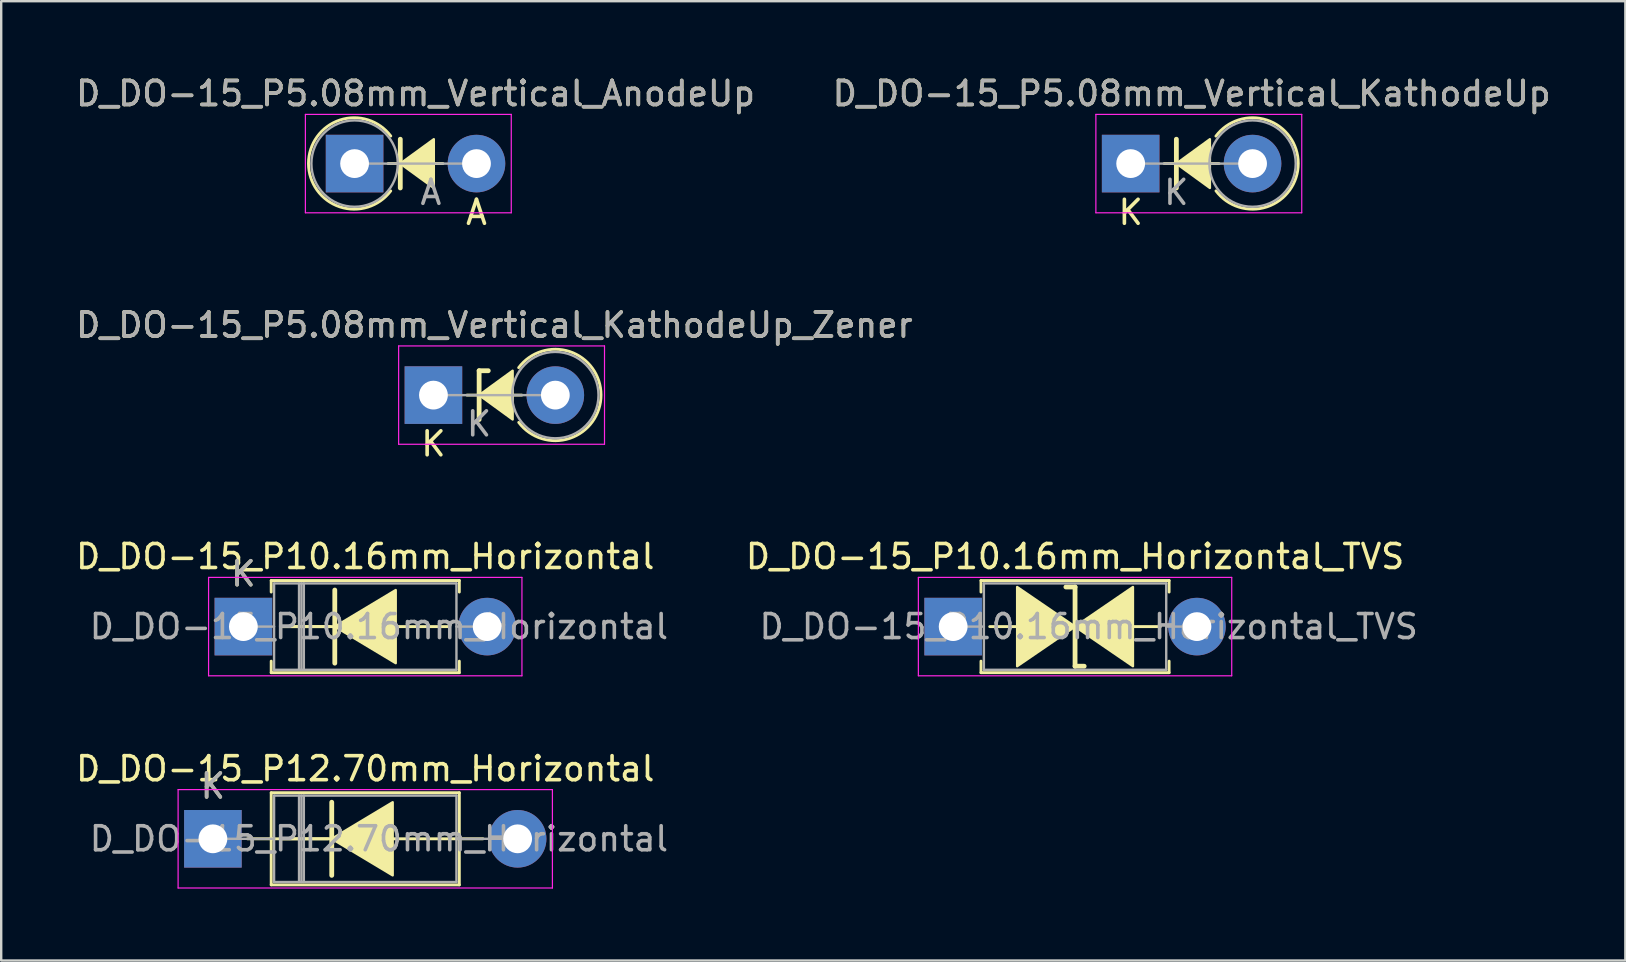
<source format=kicad_pcb>
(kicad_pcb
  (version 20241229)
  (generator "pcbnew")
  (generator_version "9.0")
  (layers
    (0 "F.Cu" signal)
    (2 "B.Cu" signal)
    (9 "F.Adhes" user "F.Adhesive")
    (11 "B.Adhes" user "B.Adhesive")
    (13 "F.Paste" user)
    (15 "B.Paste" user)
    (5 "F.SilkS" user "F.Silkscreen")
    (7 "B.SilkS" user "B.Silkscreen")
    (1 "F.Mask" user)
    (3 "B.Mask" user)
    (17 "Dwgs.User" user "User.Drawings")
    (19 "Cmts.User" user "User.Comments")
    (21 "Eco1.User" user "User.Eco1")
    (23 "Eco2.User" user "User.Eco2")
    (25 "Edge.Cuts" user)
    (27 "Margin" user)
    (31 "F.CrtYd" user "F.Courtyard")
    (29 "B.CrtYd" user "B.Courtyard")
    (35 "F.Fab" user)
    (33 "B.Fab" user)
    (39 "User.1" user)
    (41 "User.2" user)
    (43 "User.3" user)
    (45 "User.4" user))
  (footprint "D_DO-15_P5.08mm_Vertical_KathodeUp_Zener"
    (layer "F.Cu")
    (at 15.014 13.417)
    (property "Reference" "D_DO-15_P5.08mm_Vertical_KathodeUp_Zener" (at 2.54 -2.92 0) (layer "F.SilkS") (effects (font (size 1 1) (thickness 0.15))))
    (attr through_hole)
    (fp_line (start 1.397 0) (end 2.413 0) (stroke (width 0.12) (type solid)) (layer "F.SilkS"))
    (fp_line (start 1.905 -1.016) (end 1.905 1.016) (stroke (width 0.2) (type solid)) (layer "F.SilkS"))
    (fp_line (start 1.905 -1.016) (end 2.286 -1.016) (stroke (width 0.2) (type solid)) (layer "F.SilkS"))
    (fp_line (start 1.92 0) (end 3.683 0) (stroke (width 0.12) (type solid)) (layer "F.SilkS"))
    (fp_arc (start 3.553011 -1.144726) (mid 6.984999 -0.008217) (end 3.556 1.137278) (stroke (width 0.12) (type solid)) (layer "F.SilkS"))
    (fp_poly (pts (xy 3.302 1.016) (xy 1.905 0) (xy 3.302 -1.016)) (stroke (width 0.1) (type solid)) (fill yes) (layer "F.SilkS"))
    (fp_line (start -1.45 -2.05) (end -1.45 2.05) (stroke (width 0.05) (type solid)) (layer "F.CrtYd"))
    (fp_line (start -1.45 2.05) (end 7.13 2.05) (stroke (width 0.05) (type solid)) (layer "F.CrtYd"))
    (fp_line (start 7.13 -2.05) (end -1.45 -2.05) (stroke (width 0.05) (type solid)) (layer "F.CrtYd"))
    (fp_line (start 7.13 2.05) (end 7.13 -2.05) (stroke (width 0.05) (type solid)) (layer "F.CrtYd"))
    (fp_line (start 0 0) (end 5.08 0) (stroke (width 0.1) (type solid)) (layer "F.Fab"))
    (fp_circle (center 5.08 0) (end 6.88 0) (stroke (width 0.1) (type solid)) (fill no) (layer "F.Fab"))
    (fp_text user "K" (at 0 2.032 0) (layer "F.SilkS") (effects (font (size 1 1) (thickness 0.15))))
    (fp_text user "K" (at 1.9 1.2 0) (layer "F.Fab") (effects (font (size 1 1) (thickness 0.15))))
    (fp_text user "${REFERENCE}" (at 2.54 -2.92 0) (layer "F.Fab") (effects (font (size 1 1) (thickness 0.15))))
    (pad "1" thru_hole rect (at 0 0) (size 2.4 2.4) (drill 1.2) (layers "*.Cu" "*.Mask"))
    (pad "2" thru_hole oval (at 5.08 0) (size 2.4 2.4) (drill 1.2) (layers "*.Cu" "*.Mask")))
  (footprint "D_DO-15_P10.16mm_Horizontal_TVS"
    (layer "F.Cu")
    (at 36.675 23.065)
    (property "Reference" "D_DO-15_P10.16mm_Horizontal_TVS" (at 5.08 -2.92 0) (layer "F.SilkS") (effects (font (size 1 1) (thickness 0.15))))
    (attr through_hole)
    (fp_line (start 1.16 -1.92) (end 9 -1.92) (stroke (width 0.12) (type solid)) (layer "F.SilkS"))
    (fp_line (start 1.16 -1.44) (end 1.16 -1.92) (stroke (width 0.12) (type solid)) (layer "F.SilkS"))
    (fp_line (start 1.16 1.44) (end 1.16 1.92) (stroke (width 0.12) (type solid)) (layer "F.SilkS"))
    (fp_line (start 1.16 1.92) (end 9 1.92) (stroke (width 0.12) (type solid)) (layer "F.SilkS"))
    (fp_line (start 1.524 0) (end 2.667 0) (stroke (width 0.12) (type solid)) (layer "F.SilkS"))
    (fp_line (start 5.08 -1.651) (end 4.699 -1.651) (stroke (width 0.2) (type solid)) (layer "F.SilkS"))
    (fp_line (start 5.08 1.651) (end 5.08 -1.651) (stroke (width 0.2) (type solid)) (layer "F.SilkS"))
    (fp_line (start 5.461 1.651) (end 5.08 1.651) (stroke (width 0.2) (type solid)) (layer "F.SilkS"))
    (fp_line (start 8.636 0) (end 7.493 0) (stroke (width 0.12) (type solid)) (layer "F.SilkS"))
    (fp_line (start 9 -1.92) (end 9 -1.44) (stroke (width 0.12) (type solid)) (layer "F.SilkS"))
    (fp_line (start 9 1.92) (end 9 1.44) (stroke (width 0.12) (type solid)) (layer "F.SilkS"))
    (fp_poly (pts (xy 5.08 0) (xy 2.667 1.651) (xy 2.667 -1.651)) (stroke (width 0.1) (type solid)) (fill yes) (layer "F.SilkS"))
    (fp_poly (pts (xy 5.08 0) (xy 7.493 -1.651) (xy 7.493 1.651)) (stroke (width 0.1) (type solid)) (fill yes) (layer "F.SilkS"))
    (fp_line (start -1.45 -2.05) (end -1.45 2.05) (stroke (width 0.05) (type solid)) (layer "F.CrtYd"))
    (fp_line (start -1.45 2.05) (end 11.61 2.05) (stroke (width 0.05) (type solid)) (layer "F.CrtYd"))
    (fp_line (start 11.61 -2.05) (end -1.45 -2.05) (stroke (width 0.05) (type solid)) (layer "F.CrtYd"))
    (fp_line (start 11.61 2.05) (end 11.61 -2.05) (stroke (width 0.05) (type solid)) (layer "F.CrtYd"))
    (fp_line (start 0 0) (end 1.28 0) (stroke (width 0.1) (type solid)) (layer "F.Fab"))
    (fp_line (start 1.28 -1.8) (end 1.28 1.8) (stroke (width 0.1) (type solid)) (layer "F.Fab"))
    (fp_line (start 1.28 1.8) (end 8.88 1.8) (stroke (width 0.1) (type solid)) (layer "F.Fab"))
    (fp_line (start 8.88 -1.8) (end 1.28 -1.8) (stroke (width 0.1) (type solid)) (layer "F.Fab"))
    (fp_line (start 8.88 1.8) (end 8.88 -1.8) (stroke (width 0.1) (type solid)) (layer "F.Fab"))
    (fp_line (start 10.16 0) (end 8.88 0) (stroke (width 0.1) (type solid)) (layer "F.Fab"))
    (fp_text user "${REFERENCE}" (at 5.65 0 0) (layer "F.Fab") (effects (font (size 1 1) (thickness 0.15))))
    (pad "1" thru_hole rect (at 0 0) (size 2.4 2.4) (drill 1.2) (layers "*.Cu" "*.Mask"))
    (pad "2" thru_hole oval (at 10.16 0) (size 2.4 2.4) (drill 1.2) (layers "*.Cu" "*.Mask")))
  (footprint "D_DO-15_P12.70mm_Horizontal"
    (layer "F.Cu")
    (at 5.823 31.909)
    (property "Reference" "D_DO-15_P12.70mm_Horizontal" (at 6.35 -2.92 0) (layer "F.SilkS") (effects (font (size 1 1) (thickness 0.15))))
    (attr through_hole)
    (fp_line (start 1.44 0) (end 2.43 0) (stroke (width 0.12) (type solid)) (layer "F.SilkS"))
    (fp_line (start 2.413 0) (end 4.8 0) (stroke (width 0.12) (type solid)) (layer "F.SilkS"))
    (fp_line (start 2.43 -1.92) (end 2.43 1.92) (stroke (width 0.12) (type solid)) (layer "F.SilkS"))
    (fp_line (start 2.43 1.92) (end 10.27 1.92) (stroke (width 0.12) (type solid)) (layer "F.SilkS"))
    (fp_line (start 4.953 -1.524) (end 4.953 1.524) (stroke (width 0.2) (type solid)) (layer "F.SilkS"))
    (fp_line (start 4.953 0) (end 2.8 0) (stroke (width 0.12) (type solid)) (layer "F.SilkS"))
    (fp_line (start 10.27 -1.92) (end 2.43 -1.92) (stroke (width 0.12) (type solid)) (layer "F.SilkS"))
    (fp_line (start 10.27 0) (end 7.493 0) (stroke (width 0.12) (type solid)) (layer "F.SilkS"))
    (fp_line (start 10.27 1.92) (end 10.27 -1.92) (stroke (width 0.12) (type solid)) (layer "F.SilkS"))
    (fp_line (start 11.26 0) (end 10.27 0) (stroke (width 0.12) (type solid)) (layer "F.SilkS"))
    (fp_poly (pts (xy 7.493 1.524) (xy 4.953 0) (xy 7.493 -1.524)) (stroke (width 0.1) (type solid)) (fill yes) (layer "F.SilkS"))
    (fp_line (start -1.45 -2.05) (end -1.45 2.05) (stroke (width 0.05) (type solid)) (layer "F.CrtYd"))
    (fp_line (start -1.45 2.05) (end 14.15 2.05) (stroke (width 0.05) (type solid)) (layer "F.CrtYd"))
    (fp_line (start 14.15 -2.05) (end -1.45 -2.05) (stroke (width 0.05) (type solid)) (layer "F.CrtYd"))
    (fp_line (start 14.15 2.05) (end 14.15 -2.05) (stroke (width 0.05) (type solid)) (layer "F.CrtYd"))
    (fp_line (start 0 0) (end 2.55 0) (stroke (width 0.1) (type solid)) (layer "F.Fab"))
    (fp_line (start 2.55 -1.8) (end 2.55 1.8) (stroke (width 0.1) (type solid)) (layer "F.Fab"))
    (fp_line (start 2.55 1.8) (end 10.15 1.8) (stroke (width 0.1) (type solid)) (layer "F.Fab"))
    (fp_line (start 3.59 -1.8) (end 3.59 1.8) (stroke (width 0.1) (type solid)) (layer "F.Fab"))
    (fp_line (start 3.69 -1.8) (end 3.69 1.8) (stroke (width 0.1) (type solid)) (layer "F.Fab"))
    (fp_line (start 3.79 -1.8) (end 3.79 1.8) (stroke (width 0.1) (type solid)) (layer "F.Fab"))
    (fp_line (start 10.15 -1.8) (end 2.55 -1.8) (stroke (width 0.1) (type solid)) (layer "F.Fab"))
    (fp_line (start 10.15 1.8) (end 10.15 -1.8) (stroke (width 0.1) (type solid)) (layer "F.Fab"))
    (fp_line (start 12.7 0) (end 10.15 0) (stroke (width 0.1) (type solid)) (layer "F.Fab"))
    (fp_text user "K" (at 0 -2.2 0) (layer "F.SilkS") (effects (font (size 1 1) (thickness 0.15))))
    (fp_text user "${REFERENCE}" (at 6.92 0 0) (layer "F.Fab") (effects (font (size 1 1) (thickness 0.15))))
    (fp_text user "K" (at 0 -2.2 0) (layer "F.Fab") (effects (font (size 1 1) (thickness 0.15))))
    (pad "1" thru_hole rect (at 0 0) (size 2.4 2.4) (drill 1.2) (layers "*.Cu" "*.Mask"))
    (pad "2" thru_hole oval (at 12.7 0) (size 2.4 2.4) (drill 1.2) (layers "*.Cu" "*.Mask")))
  (footprint "D_DO-15_P5.08mm_Vertical_KathodeUp"
    (layer "F.Cu")
    (at 44.073 3.768)
    (property "Reference" "D_DO-15_P5.08mm_Vertical_KathodeUp" (at 2.54 -2.92 0) (layer "F.SilkS") (effects (font (size 1 1) (thickness 0.15))))
    (attr through_hole)
    (fp_line (start 1.397 0) (end 2.413 0) (stroke (width 0.12) (type solid)) (layer "F.SilkS"))
    (fp_line (start 1.905 -1.016) (end 1.905 1.016) (stroke (width 0.2) (type solid)) (layer "F.SilkS"))
    (fp_line (start 1.92 0) (end 3.683 0) (stroke (width 0.12) (type solid)) (layer "F.SilkS"))
    (fp_arc (start 3.553011 -1.144726) (mid 6.984999 -0.008217) (end 3.556 1.137278) (stroke (width 0.12) (type solid)) (layer "F.SilkS"))
    (fp_poly (pts (xy 3.302 1.016) (xy 1.905 0) (xy 3.302 -1.016)) (stroke (width 0.1) (type solid)) (fill yes) (layer "F.SilkS"))
    (fp_line (start -1.45 -2.05) (end -1.45 2.05) (stroke (width 0.05) (type solid)) (layer "F.CrtYd"))
    (fp_line (start -1.45 2.05) (end 7.13 2.05) (stroke (width 0.05) (type solid)) (layer "F.CrtYd"))
    (fp_line (start 7.13 -2.05) (end -1.45 -2.05) (stroke (width 0.05) (type solid)) (layer "F.CrtYd"))
    (fp_line (start 7.13 2.05) (end 7.13 -2.05) (stroke (width 0.05) (type solid)) (layer "F.CrtYd"))
    (fp_line (start 0 0) (end 5.08 0) (stroke (width 0.1) (type solid)) (layer "F.Fab"))
    (fp_circle (center 5.08 0) (end 6.88 0) (stroke (width 0.1) (type solid)) (fill no) (layer "F.Fab"))
    (fp_text user "K" (at 0 2.032 0) (layer "F.SilkS") (effects (font (size 1 1) (thickness 0.15))))
    (fp_text user "K" (at 1.9 1.2 0) (layer "F.Fab") (effects (font (size 1 1) (thickness 0.15))))
    (fp_text user "${REFERENCE}" (at 2.54 -2.92 0) (layer "F.Fab") (effects (font (size 1 1) (thickness 0.15))))
    (pad "1" thru_hole rect (at 0 0) (size 2.4 2.4) (drill 1.2) (layers "*.Cu" "*.Mask"))
    (pad "2" thru_hole oval (at 5.08 0) (size 2.4 2.4) (drill 1.2) (layers "*.Cu" "*.Mask")))
  (footprint "D_DO-15_P10.16mm_Horizontal"
    (layer "F.Cu")
    (at 7.093 23.065)
    (property "Reference" "D_DO-15_P10.16mm_Horizontal" (at 5.08 -2.92 0) (layer "F.SilkS") (effects (font (size 1 1) (thickness 0.15))))
    (attr through_hole)
    (fp_line (start 1.16 -1.92) (end 9 -1.92) (stroke (width 0.12) (type solid)) (layer "F.SilkS"))
    (fp_line (start 1.16 -1.44) (end 1.16 -1.92) (stroke (width 0.12) (type solid)) (layer "F.SilkS"))
    (fp_line (start 1.16 1.44) (end 1.16 1.92) (stroke (width 0.12) (type solid)) (layer "F.SilkS"))
    (fp_line (start 1.16 1.92) (end 9 1.92) (stroke (width 0.12) (type solid)) (layer "F.SilkS"))
    (fp_line (start 1.6 0) (end 3.81 0) (stroke (width 0.12) (type solid)) (layer "F.SilkS"))
    (fp_line (start 3.6 0) (end 1.6 0) (stroke (width 0.12) (type solid)) (layer "F.SilkS"))
    (fp_line (start 3.81 -1.524) (end 3.81 1.524) (stroke (width 0.2) (type solid)) (layer "F.SilkS"))
    (fp_line (start 8.6 0) (end 6.413 0) (stroke (width 0.12) (type solid)) (layer "F.SilkS"))
    (fp_line (start 9 -1.92) (end 9 -1.44) (stroke (width 0.12) (type solid)) (layer "F.SilkS"))
    (fp_line (start 9 1.92) (end 9 1.44) (stroke (width 0.12) (type solid)) (layer "F.SilkS"))
    (fp_poly (pts (xy 6.35 1.524) (xy 3.81 0) (xy 6.35 -1.524)) (stroke (width 0.1) (type solid)) (fill yes) (layer "F.SilkS"))
    (fp_line (start -1.45 -2.05) (end -1.45 2.05) (stroke (width 0.05) (type solid)) (layer "F.CrtYd"))
    (fp_line (start -1.45 2.05) (end 11.61 2.05) (stroke (width 0.05) (type solid)) (layer "F.CrtYd"))
    (fp_line (start 11.61 -2.05) (end -1.45 -2.05) (stroke (width 0.05) (type solid)) (layer "F.CrtYd"))
    (fp_line (start 11.61 2.05) (end 11.61 -2.05) (stroke (width 0.05) (type solid)) (layer "F.CrtYd"))
    (fp_line (start 0 0) (end 1.28 0) (stroke (width 0.1) (type solid)) (layer "F.Fab"))
    (fp_line (start 1.28 -1.8) (end 1.28 1.8) (stroke (width 0.1) (type solid)) (layer "F.Fab"))
    (fp_line (start 1.28 1.8) (end 8.88 1.8) (stroke (width 0.1) (type solid)) (layer "F.Fab"))
    (fp_line (start 2.32 -1.8) (end 2.32 1.8) (stroke (width 0.1) (type solid)) (layer "F.Fab"))
    (fp_line (start 2.42 -1.8) (end 2.42 1.8) (stroke (width 0.1) (type solid)) (layer "F.Fab"))
    (fp_line (start 2.52 -1.8) (end 2.52 1.8) (stroke (width 0.1) (type solid)) (layer "F.Fab"))
    (fp_line (start 8.88 -1.8) (end 1.28 -1.8) (stroke (width 0.1) (type solid)) (layer "F.Fab"))
    (fp_line (start 8.88 1.8) (end 8.88 -1.8) (stroke (width 0.1) (type solid)) (layer "F.Fab"))
    (fp_line (start 10.16 0) (end 8.88 0) (stroke (width 0.1) (type solid)) (layer "F.Fab"))
    (fp_text user "K" (at 0 -2.2 0) (layer "F.SilkS") (effects (font (size 1 1) (thickness 0.15))))
    (fp_text user "K" (at 0 -2.2 0) (layer "F.Fab") (effects (font (size 1 1) (thickness 0.15))))
    (fp_text user "${REFERENCE}" (at 5.65 0 0) (layer "F.Fab") (effects (font (size 1 1) (thickness 0.15))))
    (pad "1" thru_hole rect (at 0 0) (size 2.4 2.4) (drill 1.2) (layers "*.Cu" "*.Mask"))
    (pad "2" thru_hole oval (at 10.16 0) (size 2.4 2.4) (drill 1.2) (layers "*.Cu" "*.Mask")))
  (footprint "D_DO-15_P5.08mm_Vertical_AnodeUp"
    (layer "F.Cu")
    (at 11.728 3.768)
    (property "Reference" "D_DO-15_P5.08mm_Vertical_AnodeUp" (at 2.54 -2.92 0) (layer "F.SilkS") (effects (font (size 1 1) (thickness 0.15))))
    (attr through_hole)
    (fp_line (start 1.397 0) (end 2.413 0) (stroke (width 0.12) (type solid)) (layer "F.SilkS"))
    (fp_line (start 1.905 -1.016) (end 1.905 1.016) (stroke (width 0.2) (type solid)) (layer "F.SilkS"))
    (fp_line (start 1.92 0) (end 3.683 0) (stroke (width 0.12) (type solid)) (layer "F.SilkS"))
    (fp_arc (start 1.506315 1.139497) (mid -1.921017 -0.00711) (end 1.507982 -1.148722) (stroke (width 0.12) (type solid)) (layer "F.SilkS"))
    (fp_poly (pts (xy 3.302 1.016) (xy 1.905 0) (xy 3.302 -1.016)) (stroke (width 0.1) (type solid)) (fill yes) (layer "F.SilkS"))
    (fp_line (start -2.05 -2.05) (end -2.05 2.05) (stroke (width 0.05) (type solid)) (layer "F.CrtYd"))
    (fp_line (start -2.05 2.05) (end 6.53 2.05) (stroke (width 0.05) (type solid)) (layer "F.CrtYd"))
    (fp_line (start 6.53 -2.05) (end -2.05 -2.05) (stroke (width 0.05) (type solid)) (layer "F.CrtYd"))
    (fp_line (start 6.53 2.05) (end 6.53 -2.05) (stroke (width 0.05) (type solid)) (layer "F.CrtYd"))
    (fp_line (start 0 0) (end 5.08 0) (stroke (width 0.1) (type solid)) (layer "F.Fab"))
    (fp_circle (center 0 0) (end 1.8 0) (stroke (width 0.1) (type solid)) (fill no) (layer "F.Fab"))
    (fp_text user "A" (at 5.08 2.032 0) (layer "F.SilkS") (effects (font (size 1 1) (thickness 0.15))))
    (fp_text user "A" (at 3.18 1.2 0) (layer "F.Fab") (effects (font (size 1 1) (thickness 0.15))))
    (fp_text user "${REFERENCE}" (at 2.54 -2.92 0) (layer "F.Fab") (effects (font (size 1 1) (thickness 0.15))))
    (pad "1" thru_hole rect (at 0 0) (size 2.4 2.4) (drill 1.2) (layers "*.Cu" "*.Mask"))
    (pad "2" thru_hole oval (at 5.08 0) (size 2.4 2.4) (drill 1.2) (layers "*.Cu" "*.Mask")))
  (gr_rect
    (start -3 -3)
    (end 64.69 36.983)
    (stroke (width 0.1) (type default))
    (fill no)
    (layer "Edge.Cuts")))
</source>
